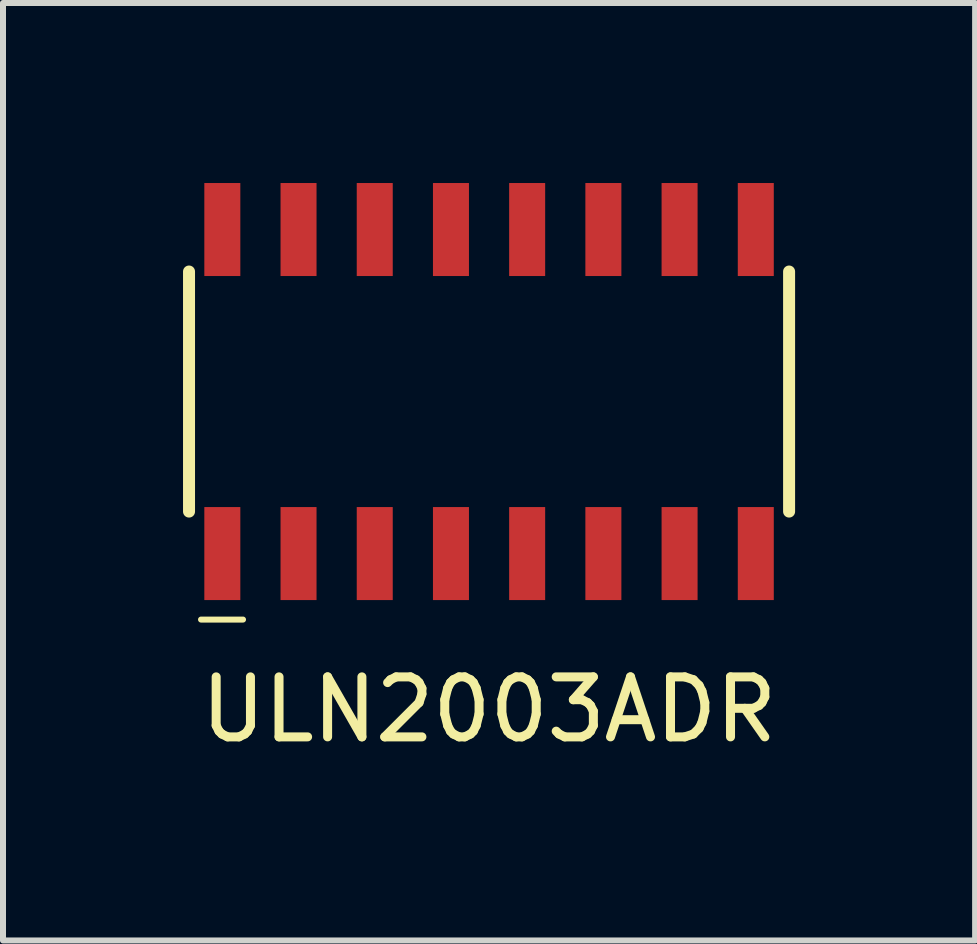
<source format=kicad_pcb>
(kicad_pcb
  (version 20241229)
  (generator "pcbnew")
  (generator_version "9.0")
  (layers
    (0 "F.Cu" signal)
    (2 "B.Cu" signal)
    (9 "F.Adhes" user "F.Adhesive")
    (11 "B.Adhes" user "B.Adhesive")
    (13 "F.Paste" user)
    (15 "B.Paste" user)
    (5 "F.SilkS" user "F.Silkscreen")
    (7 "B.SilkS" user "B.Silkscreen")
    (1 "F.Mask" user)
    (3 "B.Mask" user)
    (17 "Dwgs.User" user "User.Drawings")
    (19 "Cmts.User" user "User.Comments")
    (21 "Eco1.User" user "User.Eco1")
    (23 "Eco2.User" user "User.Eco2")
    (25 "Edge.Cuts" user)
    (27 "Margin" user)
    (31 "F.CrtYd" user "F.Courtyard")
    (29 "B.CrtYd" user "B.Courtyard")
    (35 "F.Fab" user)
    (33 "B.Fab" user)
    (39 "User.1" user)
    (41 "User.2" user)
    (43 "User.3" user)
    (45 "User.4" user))
  (footprint "ULN2003ADR"
    (layer "F.Cu")
    (at 5.1 3.475)
    (property "Reference" "ULN2003ADR" (at 0 5.3 0) (layer "F.SilkS") (effects (font (size 1 1) (thickness 0.15))))
    (attr through_hole)
    (fp_line (start -5 -2) (end -5 2) (stroke (width 0.2) (type solid)) (layer "F.SilkS"))
    (fp_line (start -4.8 3.8) (end -4.1 3.8) (stroke (width 0.1) (type solid)) (layer "F.SilkS"))
    (fp_line (start 5 -2) (end 5 2) (stroke (width 0.2) (type solid)) (layer "F.SilkS"))
    (pad "1" smd rect (at -4.445 2.7) (size 0.6 1.55) (layers "F.Cu" "F.Mask" "F.Paste"))
    (pad "2" smd rect (at -3.175 2.7) (size 0.6 1.55) (layers "F.Cu" "F.Mask" "F.Paste"))
    (pad "3" smd rect (at -1.905 2.7) (size 0.6 1.55) (layers "F.Cu" "F.Mask" "F.Paste"))
    (pad "4" smd rect (at -0.635 2.7) (size 0.6 1.55) (layers "F.Cu" "F.Mask" "F.Paste"))
    (pad "5" smd rect (at 0.635 2.7) (size 0.6 1.55) (layers "F.Cu" "F.Mask" "F.Paste"))
    (pad "6" smd rect (at 1.905 2.7) (size 0.6 1.55) (layers "F.Cu" "F.Mask" "F.Paste"))
    (pad "7" smd rect (at 3.175 2.7) (size 0.6 1.55) (layers "F.Cu" "F.Mask" "F.Paste"))
    (pad "8" smd rect (at 4.445 2.7) (size 0.6 1.55) (layers "F.Cu" "F.Mask" "F.Paste"))
    (pad "9" smd rect (at 4.445 -2.7) (size 0.6 1.55) (layers "F.Cu" "F.Mask" "F.Paste"))
    (pad "10" smd rect (at 3.175 -2.7) (size 0.6 1.55) (layers "F.Cu" "F.Mask" "F.Paste"))
    (pad "11" smd rect (at 1.905 -2.7) (size 0.6 1.55) (layers "F.Cu" "F.Mask" "F.Paste"))
    (pad "12" smd rect (at 0.635 -2.7) (size 0.6 1.55) (layers "F.Cu" "F.Mask" "F.Paste"))
    (pad "13" smd rect (at -0.635 -2.7) (size 0.6 1.55) (layers "F.Cu" "F.Mask" "F.Paste"))
    (pad "14" smd rect (at -1.905 -2.7) (size 0.6 1.55) (layers "F.Cu" "F.Mask" "F.Paste"))
    (pad "15" smd rect (at -3.175 -2.7) (size 0.6 1.55) (layers "F.Cu" "F.Mask" "F.Paste"))
    (pad "16" smd rect (at -4.445 -2.7) (size 0.6 1.55) (layers "F.Cu" "F.Mask" "F.Paste")))
  (gr_rect
    (start -3 -3)
    (end 13.2 12.623)
    (stroke (width 0.1) (type default))
    (fill no)
    (layer "Edge.Cuts")))
</source>
